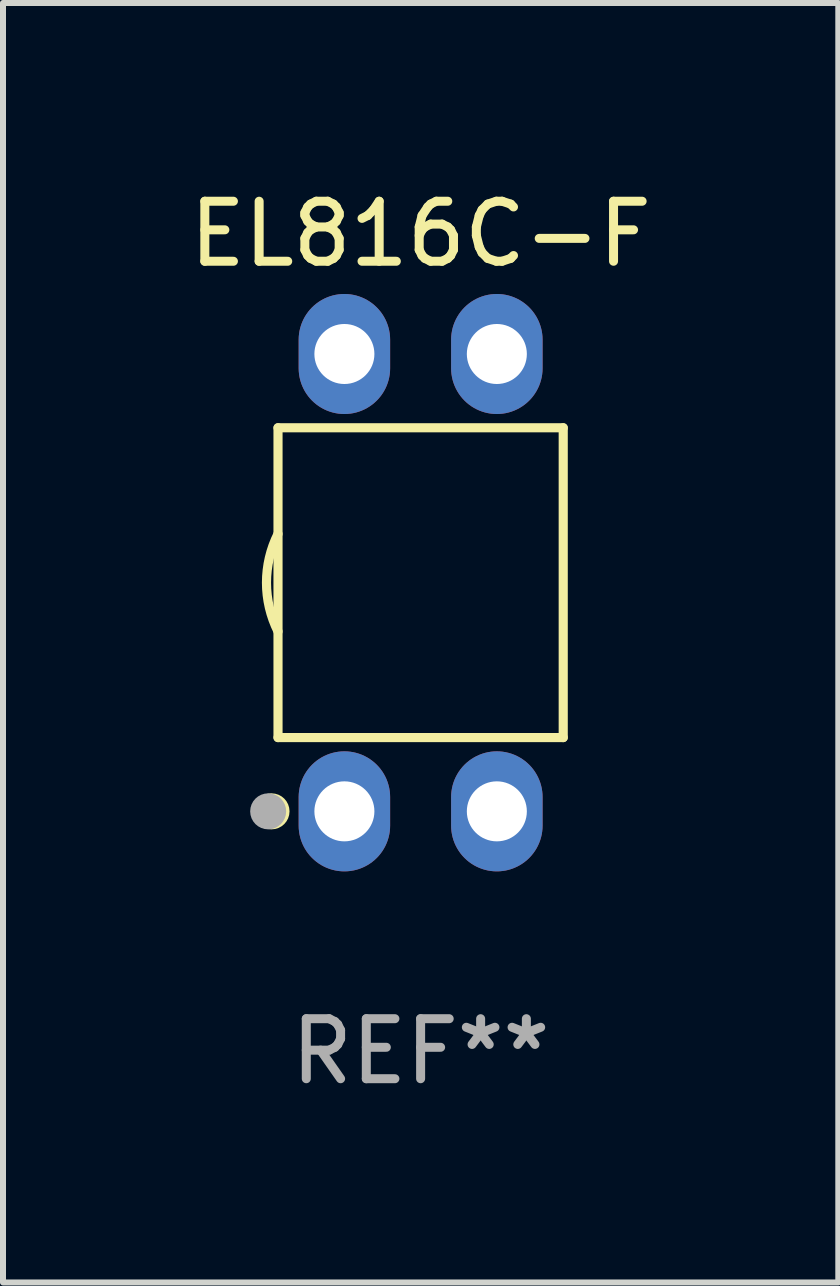
<source format=kicad_pcb>
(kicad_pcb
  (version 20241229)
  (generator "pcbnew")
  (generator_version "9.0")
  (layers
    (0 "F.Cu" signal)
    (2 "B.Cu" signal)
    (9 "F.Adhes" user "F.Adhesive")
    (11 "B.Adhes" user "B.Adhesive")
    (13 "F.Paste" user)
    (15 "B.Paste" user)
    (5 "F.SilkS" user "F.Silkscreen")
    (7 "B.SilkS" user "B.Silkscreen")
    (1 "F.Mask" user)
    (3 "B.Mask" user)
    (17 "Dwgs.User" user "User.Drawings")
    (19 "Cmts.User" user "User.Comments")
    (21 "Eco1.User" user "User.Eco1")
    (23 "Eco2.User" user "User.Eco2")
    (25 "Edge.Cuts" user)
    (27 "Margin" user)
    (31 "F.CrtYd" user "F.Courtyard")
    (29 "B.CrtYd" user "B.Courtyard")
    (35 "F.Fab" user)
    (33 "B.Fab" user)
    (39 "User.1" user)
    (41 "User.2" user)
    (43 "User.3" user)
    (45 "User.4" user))
  (footprint "EL816C-F"
    (layer "F.Cu")
    (at 3.958 6.658)
    (property "Reference" "EL816C-F" (at 0 -5.81 0) (layer "F.SilkS") (effects (font (size 1 1) (thickness 0.15))))
    (attr through_hole)
    (fp_line (start -2.376 -2.581) (end 2.376 -2.581) (stroke (width 0.152) (type solid)) (layer "F.SilkS"))
    (fp_line (start -2.376 2.581) (end -2.376 -2.581) (stroke (width 0.152) (type solid)) (layer "F.SilkS"))
    (fp_line (start 2.376 -2.581) (end 2.376 2.581) (stroke (width 0.152) (type solid)) (layer "F.SilkS"))
    (fp_line (start 2.376 2.581) (end -2.376 2.581) (stroke (width 0.152) (type solid)) (layer "F.SilkS"))
    (fp_arc (start -2.3762 0.812496) (mid -2.568004 0) (end -2.3762 -0.812497) (stroke (width 0.1524) (type solid)) (layer "F.SilkS"))
    (fp_circle (center -2.484 3.81) (end -2.334 3.81) (stroke (width 0.3) (type solid)) (fill no) (layer "F.SilkS"))
    (fp_circle (center -2.3 3.935) (end -2.27 3.935) (stroke (width 0.06) (type solid)) (fill no) (layer "F.SilkS"))
    (fp_circle (center -2.54 3.81) (end -2.39 3.81) (stroke (width 0.3) (type solid)) (fill no) (layer "F.Fab"))
    (fp_text user "REF**" (at 0 7.81 0) (layer "F.Fab") (effects (font (size 1 1) (thickness 0.15))))
    (pad "1" thru_hole oval (at -1.27 3.81) (size 1.524 2) (drill 1) (layers "*.Cu" "*.Mask"))
    (pad "2" thru_hole oval (at 1.27 3.81) (size 1.524 2) (drill 1) (layers "*.Cu" "*.Mask"))
    (pad "3" thru_hole oval (at 1.27 -3.81) (size 1.524 2) (drill 1) (layers "*.Cu" "*.Mask"))
    (pad "4" thru_hole oval (at -1.27 -3.81) (size 1.524 2) (drill 1) (layers "*.Cu" "*.Mask")))
  (gr_rect
    (start -3 -3)
    (end 10.917 18.317)
    (stroke (width 0.1) (type default))
    (fill no)
    (layer "Edge.Cuts")))
</source>
